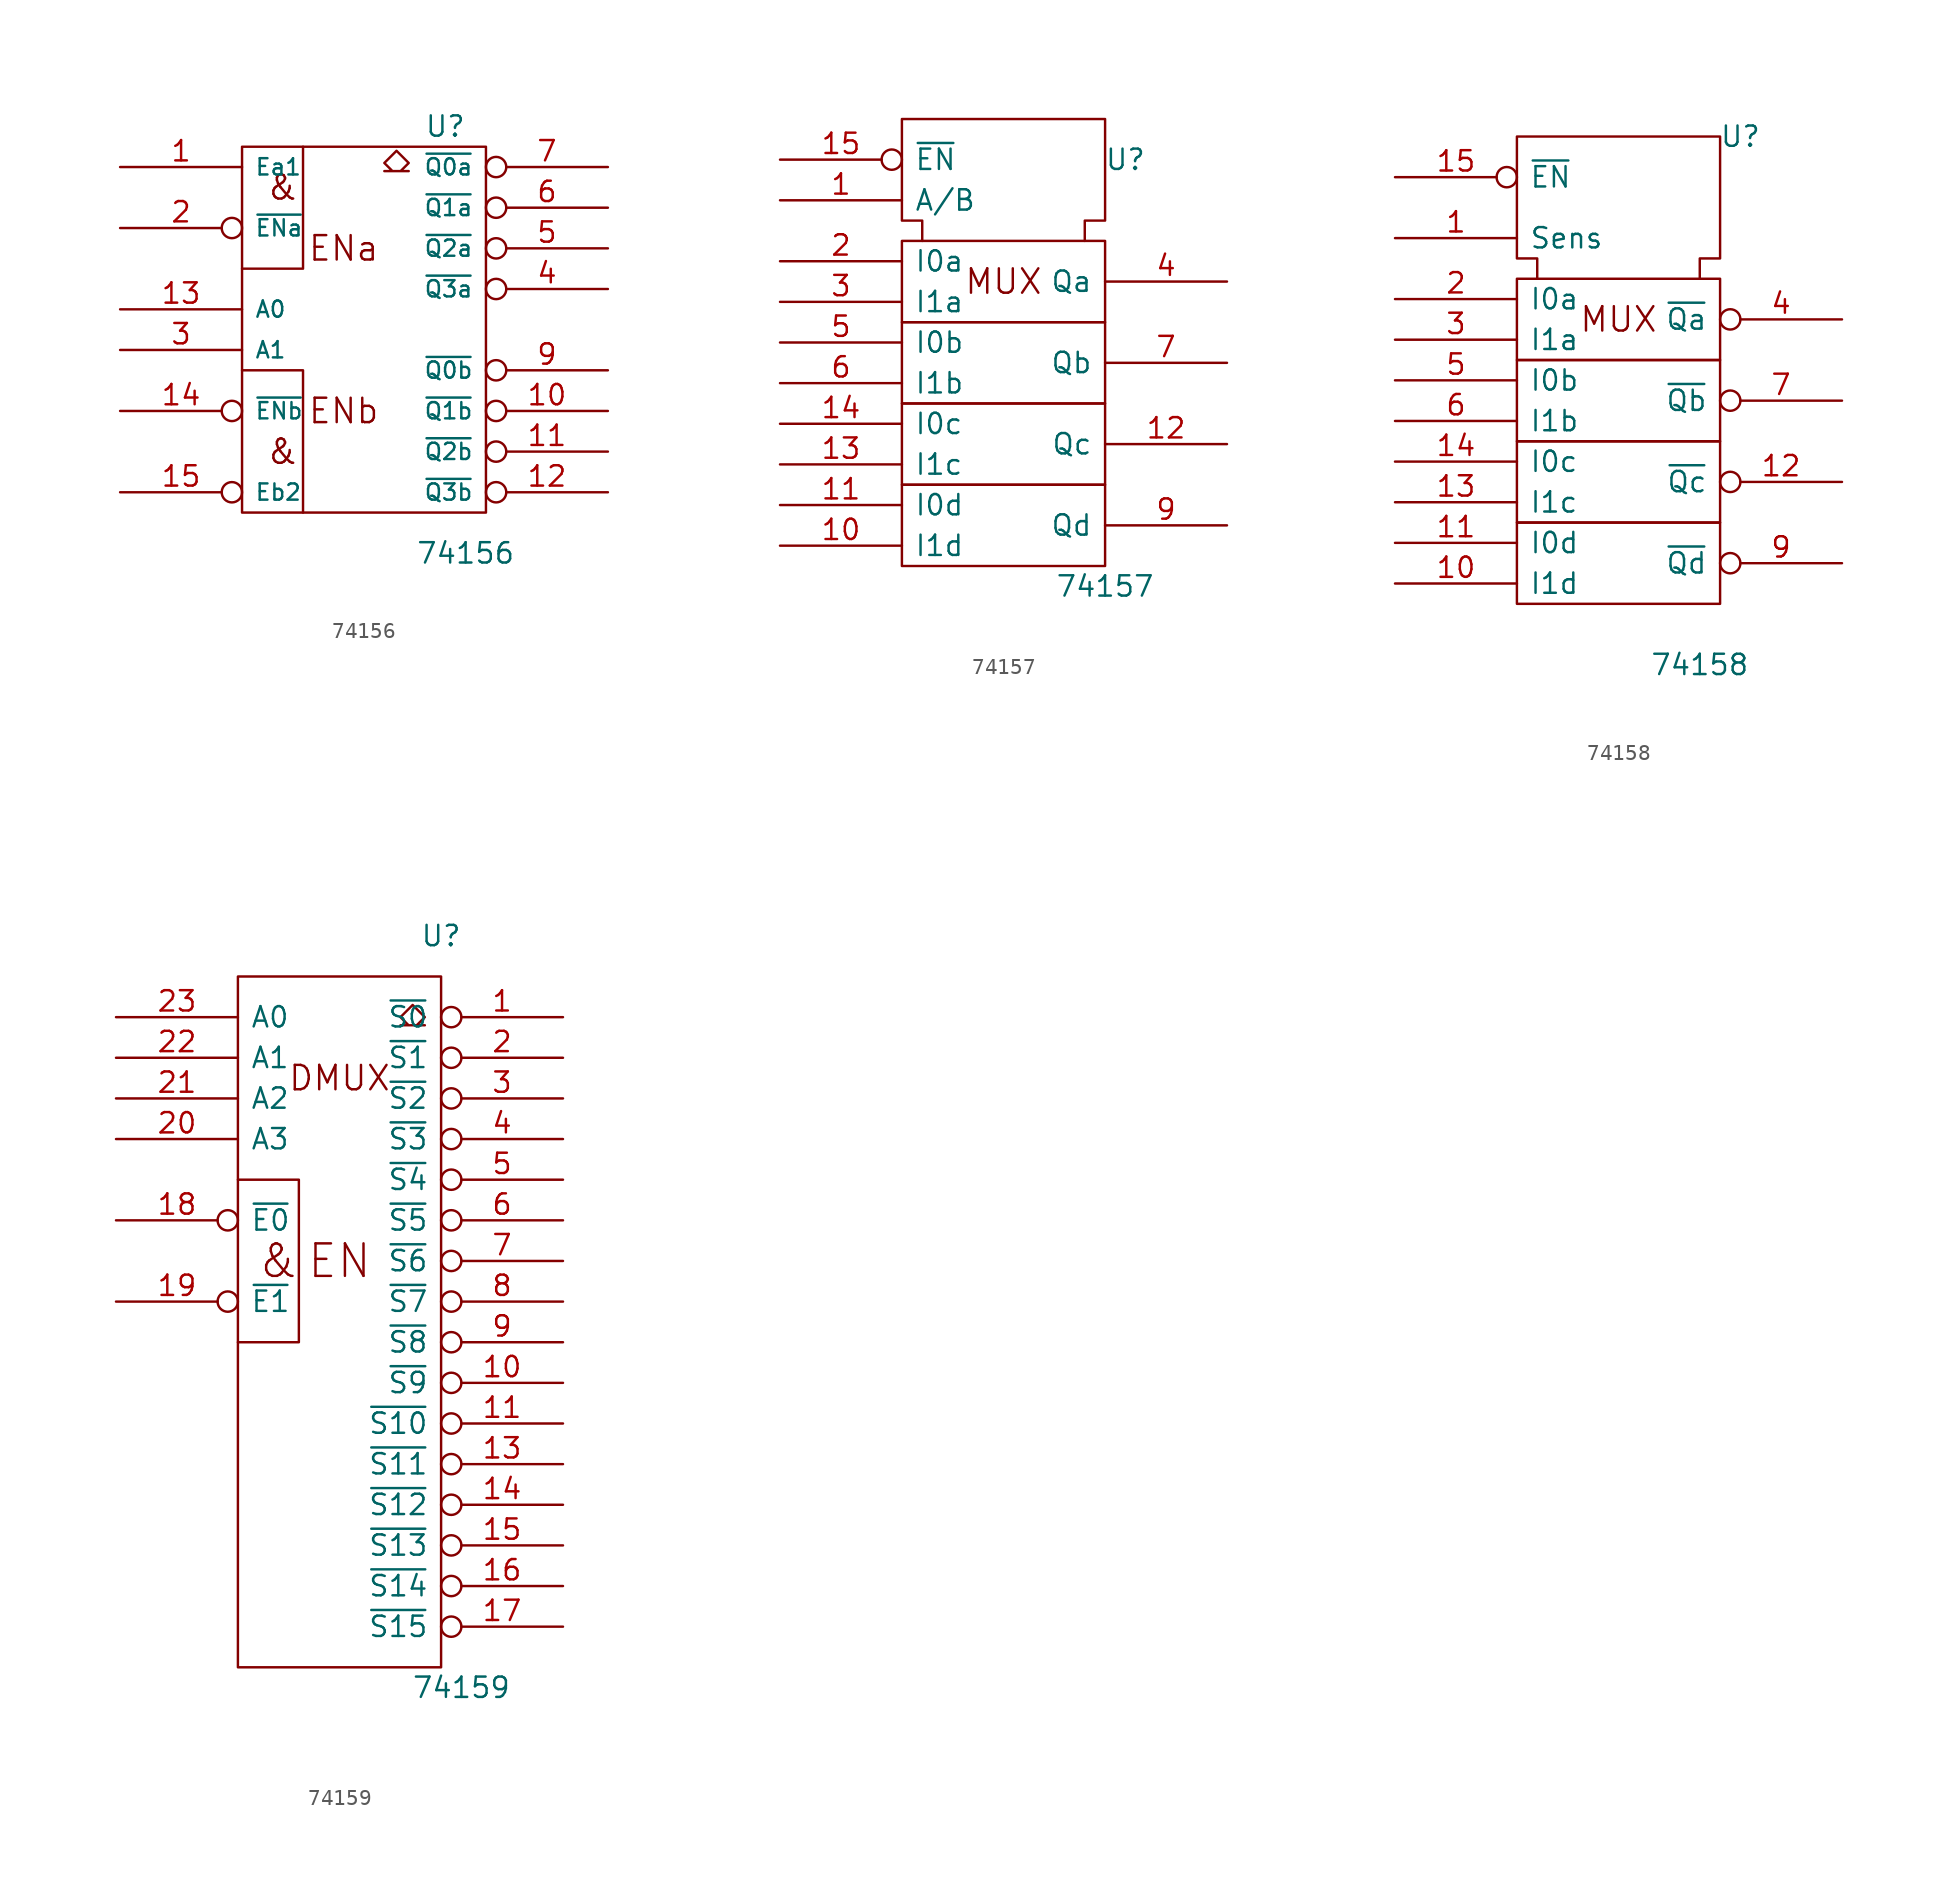
<source format=kicad_sym>
(kicad_symbol_lib
  (version 20231120)
  (generator "kicad_symbol_editor")
  (generator_version "8.0")
  (symbol "74156"
    (pin_names
      (offset 0.762))
    (property "Reference" "U"
      (at 5.08 12.7 0)
      (effects (font (size 1.27 1.27))))
    (property "Value" "74156"
      (at 6.35 -13.97 0)
      (effects (font (size 1.27 1.27))))
    (symbol "74156_0_0"
      (rectangle (start -7.62 11.43) (end 7.62 -11.43) (stroke (width 0) (type default)) (fill (type none)))
      (polyline (pts (xy -7.62 -2.54) (xy -3.81 -2.54) (xy -3.81 -11.43) (xy -3.81 -11.43)) (stroke (width 0) (type default)) (fill (type none)))
      (polyline (pts (xy -3.81 11.43) (xy -3.81 3.81) (xy -7.62 3.81) (xy -7.62 3.81)) (stroke (width 0) (type default)) (fill (type none)))
      (polyline (pts (xy 2.032 11.176) (xy 2.794 10.414) (xy 2.286 9.906) (xy 2.794 9.906) (xy 1.27 9.906) (xy 1.778 9.906) (xy 1.27 10.414) (xy 2.032 11.176) (xy 2.032 11.176)) (stroke (width 0) (type default)) (fill (type none)))
      (text "&" (at -5.08 -7.62 0) (effects (font (size 1.524 1.524))))
      (text "&" (at -5.08 8.89 0) (effects (font (size 1.524 1.524))))
      (text "ENa" (at -1.27 5.08 0) (effects (font (size 1.524 1.524))))
      (text "ENb" (at -1.27 -5.08 0) (effects (font (size 1.524 1.524))))
      (pin power_in line (at 0 11.43 270) (length 0) hide (name "VCC" (effects (font (size 1.016 1.016)))) (number "16" (effects (font (size 1.27 1.27)))))
      (pin power_in line (at 0 -11.43 90) (length 0) hide (name "GND" (effects (font (size 1.016 1.016)))) (number "8" (effects (font (size 1.27 1.27))))))
    (symbol "74156_1_1"
      (pin input line (at -15.24 10.16 0) (length 7.62) (name "Ea1" (effects (font (size 1.016 1.016)))) (number "1" (effects (font (size 1.27 1.27)))))
      (pin open_collector inverted (at 15.24 -5.08 180) (length 7.62) (name "~{Q1b}" (effects (font (size 1.016 1.016)))) (number "10" (effects (font (size 1.27 1.27)))))
      (pin open_collector inverted (at 15.24 -7.62 180) (length 7.62) (name "~{Q2b}" (effects (font (size 1.016 1.016)))) (number "11" (effects (font (size 1.27 1.27)))))
      (pin open_collector inverted (at 15.24 -10.16 180) (length 7.62) (name "~{Q3b}" (effects (font (size 1.016 1.016)))) (number "12" (effects (font (size 1.27 1.27)))))
      (pin input line (at -15.24 1.27 0) (length 7.62) (name "A0" (effects (font (size 1.016 1.016)))) (number "13" (effects (font (size 1.27 1.27)))))
      (pin input inverted (at -15.24 -5.08 0) (length 7.62) (name "~{ENb}" (effects (font (size 1.016 1.016)))) (number "14" (effects (font (size 1.27 1.27)))))
      (pin input inverted (at -15.24 -10.16 0) (length 7.62) (name "Eb2" (effects (font (size 1.016 1.016)))) (number "15" (effects (font (size 1.27 1.27)))))
      (pin input inverted (at -15.24 6.35 0) (length 7.62) (name "~{ENa}" (effects (font (size 1.016 1.016)))) (number "2" (effects (font (size 1.27 1.27)))))
      (pin input line (at -15.24 -1.27 0) (length 7.62) (name "A1" (effects (font (size 1.016 1.016)))) (number "3" (effects (font (size 1.27 1.27)))))
      (pin open_collector inverted (at 15.24 2.54 180) (length 7.62) (name "~{Q3a}" (effects (font (size 1.016 1.016)))) (number "4" (effects (font (size 1.27 1.27)))))
      (pin open_collector inverted (at 15.24 5.08 180) (length 7.62) (name "~{Q2a}" (effects (font (size 1.016 1.016)))) (number "5" (effects (font (size 1.27 1.27)))))
      (pin open_collector inverted (at 15.24 7.62 180) (length 7.62) (name "~{Q1a}" (effects (font (size 1.016 1.016)))) (number "6" (effects (font (size 1.27 1.27)))))
      (pin open_collector inverted (at 15.24 10.16 180) (length 7.62) (name "~{Q0a}" (effects (font (size 1.016 1.016)))) (number "7" (effects (font (size 1.27 1.27)))))
      (pin open_collector inverted (at 15.24 -2.54 180) (length 7.62) (name "~{Q0b}" (effects (font (size 1.016 1.016)))) (number "9" (effects (font (size 1.27 1.27)))))))
  (symbol "74157"
    (pin_names
      (offset 0.762))
    (property "Reference" "U"
      (at 7.62 10.16 0)
      (effects (font (size 1.27 1.27))))
    (property "Value" "74157"
      (at 6.35 -16.51 0)
      (effects (font (size 1.27 1.27))))
    (symbol "74157_0_0"
      (rectangle (start -6.35 -10.16) (end 6.35 -15.24) (stroke (width 0) (type default)) (fill (type none)))
      (rectangle (start -6.35 -5.08) (end 6.35 -10.16) (stroke (width 0) (type default)) (fill (type none)))
      (rectangle (start -6.35 0) (end 6.35 -5.08) (stroke (width 0) (type default)) (fill (type none)))
      (rectangle (start -6.35 5.08) (end 6.35 0) (stroke (width 0) (type default)) (fill (type none)))
      (polyline (pts (xy -5.08 5.08) (xy -5.08 6.35) (xy -6.35 6.35) (xy -6.35 12.7) (xy 6.35 12.7) (xy 6.35 6.35) (xy 5.08 6.35) (xy 5.08 5.08) (xy 5.08 5.08)) (stroke (width 0) (type default)) (fill (type none)))
      (text "MUX" (at 0 2.54 0) (effects (font (size 1.524 1.524))))
      (pin power_in line (at 3.81 12.7 270) (length 0) hide (name "VCC" (effects (font (size 1.27 1.27)))) (number "16" (effects (font (size 1.27 1.27)))))
      (pin power_in line (at 0 12.7 270) (length 0) hide (name "GND" (effects (font (size 1.27 1.27)))) (number "8" (effects (font (size 1.27 1.27))))))
    (symbol "74157_1_1"
      (pin input line (at -13.97 7.62 0) (length 7.62) (name "A/B" (effects (font (size 1.27 1.27)))) (number "1" (effects (font (size 1.27 1.27)))))
      (pin input line (at -13.97 -13.97 0) (length 7.62) (name "I1d" (effects (font (size 1.27 1.27)))) (number "10" (effects (font (size 1.27 1.27)))))
      (pin input line (at -13.97 -11.43 0) (length 7.62) (name "I0d" (effects (font (size 1.27 1.27)))) (number "11" (effects (font (size 1.27 1.27)))))
      (pin output line (at 13.97 -7.62 180) (length 7.62) (name "Qc" (effects (font (size 1.27 1.27)))) (number "12" (effects (font (size 1.27 1.27)))))
      (pin input line (at -13.97 -8.89 0) (length 7.62) (name "I1c" (effects (font (size 1.27 1.27)))) (number "13" (effects (font (size 1.27 1.27)))))
      (pin input line (at -13.97 -6.35 0) (length 7.62) (name "I0c" (effects (font (size 1.27 1.27)))) (number "14" (effects (font (size 1.27 1.27)))))
      (pin input inverted (at -13.97 10.16 0) (length 7.62) (name "~{EN}" (effects (font (size 1.27 1.27)))) (number "15" (effects (font (size 1.27 1.27)))))
      (pin input line (at -13.97 3.81 0) (length 7.62) (name "I0a" (effects (font (size 1.27 1.27)))) (number "2" (effects (font (size 1.27 1.27)))))
      (pin input line (at -13.97 1.27 0) (length 7.62) (name "I1a" (effects (font (size 1.27 1.27)))) (number "3" (effects (font (size 1.27 1.27)))))
      (pin output line (at 13.97 2.54 180) (length 7.62) (name "Qa" (effects (font (size 1.27 1.27)))) (number "4" (effects (font (size 1.27 1.27)))))
      (pin input line (at -13.97 -1.27 0) (length 7.62) (name "I0b" (effects (font (size 1.27 1.27)))) (number "5" (effects (font (size 1.27 1.27)))))
      (pin input line (at -13.97 -3.81 0) (length 7.62) (name "I1b" (effects (font (size 1.27 1.27)))) (number "6" (effects (font (size 1.27 1.27)))))
      (pin output line (at 13.97 -2.54 180) (length 7.62) (name "Qb" (effects (font (size 1.27 1.27)))) (number "7" (effects (font (size 1.27 1.27)))))
      (pin output line (at 13.97 -12.7 180) (length 7.62) (name "Qd" (effects (font (size 1.27 1.27)))) (number "9" (effects (font (size 1.27 1.27)))))))
  (symbol "74158"
    (pin_names
      (offset 0.762))
    (property "Reference" "U"
      (at 7.62 24.13 0)
      (effects (font (size 1.27 1.27))))
    (property "Value" "74158"
      (at 5.08 -8.89 0)
      (effects (font (size 1.27 1.27))))
    (symbol "74158_0_0"
      (rectangle (start -6.35 0) (end 6.35 -5.08) (stroke (width 0) (type default)) (fill (type none)))
      (rectangle (start -6.35 5.08) (end 6.35 0) (stroke (width 0) (type default)) (fill (type none)))
      (rectangle (start -6.35 10.16) (end 6.35 5.08) (stroke (width 0) (type default)) (fill (type none)))
      (rectangle (start -6.35 15.24) (end 6.35 10.16) (stroke (width 0) (type default)) (fill (type none)))
      (polyline (pts (xy -5.08 15.24) (xy -5.08 16.51) (xy -6.35 16.51) (xy -6.35 24.13) (xy 6.35 24.13) (xy 6.35 16.51) (xy 5.08 16.51) (xy 5.08 15.24) (xy 5.08 15.24)) (stroke (width 0) (type default)) (fill (type none)))
      (text "MUX" (at 0 12.7 0) (effects (font (size 1.524 1.524))))
      (pin power_in line (at 3.81 24.13 270) (length 0) hide (name "VCC" (effects (font (size 1.27 1.27)))) (number "16" (effects (font (size 1.27 1.27)))))
      (pin power_in line (at 0 24.13 270) (length 0) hide (name "GND" (effects (font (size 1.27 1.27)))) (number "8" (effects (font (size 1.27 1.27))))))
    (symbol "74158_1_1"
      (pin input line (at -13.97 17.78 0) (length 7.62) (name "Sens" (effects (font (size 1.27 1.27)))) (number "1" (effects (font (size 1.27 1.27)))))
      (pin input line (at -13.97 -3.81 0) (length 7.62) (name "I1d" (effects (font (size 1.27 1.27)))) (number "10" (effects (font (size 1.27 1.27)))))
      (pin input line (at -13.97 -1.27 0) (length 7.62) (name "I0d" (effects (font (size 1.27 1.27)))) (number "11" (effects (font (size 1.27 1.27)))))
      (pin output inverted (at 13.97 2.54 180) (length 7.62) (name "~{Qc}" (effects (font (size 1.27 1.27)))) (number "12" (effects (font (size 1.27 1.27)))))
      (pin input line (at -13.97 1.27 0) (length 7.62) (name "I1c" (effects (font (size 1.27 1.27)))) (number "13" (effects (font (size 1.27 1.27)))))
      (pin input line (at -13.97 3.81 0) (length 7.62) (name "I0c" (effects (font (size 1.27 1.27)))) (number "14" (effects (font (size 1.27 1.27)))))
      (pin input inverted (at -13.97 21.59 0) (length 7.62) (name "~{EN}" (effects (font (size 1.27 1.27)))) (number "15" (effects (font (size 1.27 1.27)))))
      (pin input line (at -13.97 13.97 0) (length 7.62) (name "I0a" (effects (font (size 1.27 1.27)))) (number "2" (effects (font (size 1.27 1.27)))))
      (pin input line (at -13.97 11.43 0) (length 7.62) (name "I1a" (effects (font (size 1.27 1.27)))) (number "3" (effects (font (size 1.27 1.27)))))
      (pin output inverted (at 13.97 12.7 180) (length 7.62) (name "~{Qa}" (effects (font (size 1.27 1.27)))) (number "4" (effects (font (size 1.27 1.27)))))
      (pin input line (at -13.97 8.89 0) (length 7.62) (name "I0b" (effects (font (size 1.27 1.27)))) (number "5" (effects (font (size 1.27 1.27)))))
      (pin input line (at -13.97 6.35 0) (length 7.62) (name "I1b" (effects (font (size 1.27 1.27)))) (number "6" (effects (font (size 1.27 1.27)))))
      (pin output inverted (at 13.97 7.62 180) (length 7.62) (name "~{Qb}" (effects (font (size 1.27 1.27)))) (number "7" (effects (font (size 1.27 1.27)))))
      (pin output inverted (at 13.97 -2.54 180) (length 7.62) (name "~{Qd}" (effects (font (size 1.27 1.27)))) (number "9" (effects (font (size 1.27 1.27)))))))
  (symbol "74159"
    (pin_names
      (offset 0.762))
    (property "Reference" "U"
      (at 6.35 25.4 0)
      (effects (font (size 1.27 1.27))))
    (property "Value" "74159"
      (at 7.62 -21.59 0)
      (effects (font (size 1.27 1.27))))
    (symbol "74159_0_0"
      (rectangle (start -6.35 22.86) (end 6.35 -20.32) (stroke (width 0) (type default)) (fill (type none)))
      (polyline (pts (xy -6.35 10.16) (xy -2.54 10.16) (xy -2.54 0) (xy -6.35 0) (xy -6.35 0)) (stroke (width 0) (type default)) (fill (type none)))
      (polyline (pts (xy 4.572 21.082) (xy 3.81 20.32) (xy 4.318 19.812) (xy 3.81 19.812) (xy 5.334 19.812) (xy 4.826 19.812) (xy 5.334 20.32) (xy 4.572 21.082) (xy 4.572 21.082)) (stroke (width 0) (type default)) (fill (type none)))
      (text "&" (at -3.81 5.08 0) (effects (font (size 2.032 2.032))))
      (text "DMUX" (at 0 16.51 0) (effects (font (size 1.524 1.524))))
      (text "EN" (at 0 5.08 0) (effects (font (size 2.032 2.032))))
      (pin power_in line (at 0 -20.32 90) (length 0) hide (name "GND" (effects (font (size 1.27 1.27)))) (number "12" (effects (font (size 1.27 1.27)))))
      (pin power_in line (at 0 22.86 270) (length 0) hide (name "VCC" (effects (font (size 1.27 1.27)))) (number "24" (effects (font (size 1.27 1.27))))))
    (symbol "74159_1_1"
      (pin open_collector inverted (at 13.97 20.32 180) (length 7.62) (name "~{S0}" (effects (font (size 1.27 1.27)))) (number "1" (effects (font (size 1.27 1.27)))))
      (pin open_collector inverted (at 13.97 -2.54 180) (length 7.62) (name "~{S9}" (effects (font (size 1.27 1.27)))) (number "10" (effects (font (size 1.27 1.27)))))
      (pin open_collector inverted (at 13.97 -5.08 180) (length 7.62) (name "~{S10}" (effects (font (size 1.27 1.27)))) (number "11" (effects (font (size 1.27 1.27)))))
      (pin open_collector inverted (at 13.97 -7.62 180) (length 7.62) (name "~{S11}" (effects (font (size 1.27 1.27)))) (number "13" (effects (font (size 1.27 1.27)))))
      (pin open_collector inverted (at 13.97 -10.16 180) (length 7.62) (name "~{S12}" (effects (font (size 1.27 1.27)))) (number "14" (effects (font (size 1.27 1.27)))))
      (pin open_collector inverted (at 13.97 -12.7 180) (length 7.62) (name "~{S13}" (effects (font (size 1.27 1.27)))) (number "15" (effects (font (size 1.27 1.27)))))
      (pin open_collector inverted (at 13.97 -15.24 180) (length 7.62) (name "~{S14}" (effects (font (size 1.27 1.27)))) (number "16" (effects (font (size 1.27 1.27)))))
      (pin open_collector inverted (at 13.97 -17.78 180) (length 7.62) (name "~{S15}" (effects (font (size 1.27 1.27)))) (number "17" (effects (font (size 1.27 1.27)))))
      (pin input inverted (at -13.97 7.62 0) (length 7.62) (name "~{E0}" (effects (font (size 1.27 1.27)))) (number "18" (effects (font (size 1.27 1.27)))))
      (pin input inverted (at -13.97 2.54 0) (length 7.62) (name "~{E1}" (effects (font (size 1.27 1.27)))) (number "19" (effects (font (size 1.27 1.27)))))
      (pin open_collector inverted (at 13.97 17.78 180) (length 7.62) (name "~{S1}" (effects (font (size 1.27 1.27)))) (number "2" (effects (font (size 1.27 1.27)))))
      (pin input line (at -13.97 12.7 0) (length 7.62) (name "A3" (effects (font (size 1.27 1.27)))) (number "20" (effects (font (size 1.27 1.27)))))
      (pin input line (at -13.97 15.24 0) (length 7.62) (name "A2" (effects (font (size 1.27 1.27)))) (number "21" (effects (font (size 1.27 1.27)))))
      (pin input line (at -13.97 17.78 0) (length 7.62) (name "A1" (effects (font (size 1.27 1.27)))) (number "22" (effects (font (size 1.27 1.27)))))
      (pin input line (at -13.97 20.32 0) (length 7.62) (name "A0" (effects (font (size 1.27 1.27)))) (number "23" (effects (font (size 1.27 1.27)))))
      (pin open_collector inverted (at 13.97 15.24 180) (length 7.62) (name "~{S2}" (effects (font (size 1.27 1.27)))) (number "3" (effects (font (size 1.27 1.27)))))
      (pin open_collector inverted (at 13.97 12.7 180) (length 7.62) (name "~{S3}" (effects (font (size 1.27 1.27)))) (number "4" (effects (font (size 1.27 1.27)))))
      (pin open_collector inverted (at 13.97 10.16 180) (length 7.62) (name "~{S4}" (effects (font (size 1.27 1.27)))) (number "5" (effects (font (size 1.27 1.27)))))
      (pin open_collector inverted (at 13.97 7.62 180) (length 7.62) (name "~{S5}" (effects (font (size 1.27 1.27)))) (number "6" (effects (font (size 1.27 1.27)))))
      (pin open_collector inverted (at 13.97 5.08 180) (length 7.62) (name "~{S6}" (effects (font (size 1.27 1.27)))) (number "7" (effects (font (size 1.27 1.27)))))
      (pin open_collector inverted (at 13.97 2.54 180) (length 7.62) (name "~{S7}" (effects (font (size 1.27 1.27)))) (number "8" (effects (font (size 1.27 1.27)))))
      (pin open_collector inverted (at 13.97 0 180) (length 7.62) (name "~{S8}" (effects (font (size 1.27 1.27)))) (number "9" (effects (font (size 1.27 1.27))))))))
</source>
